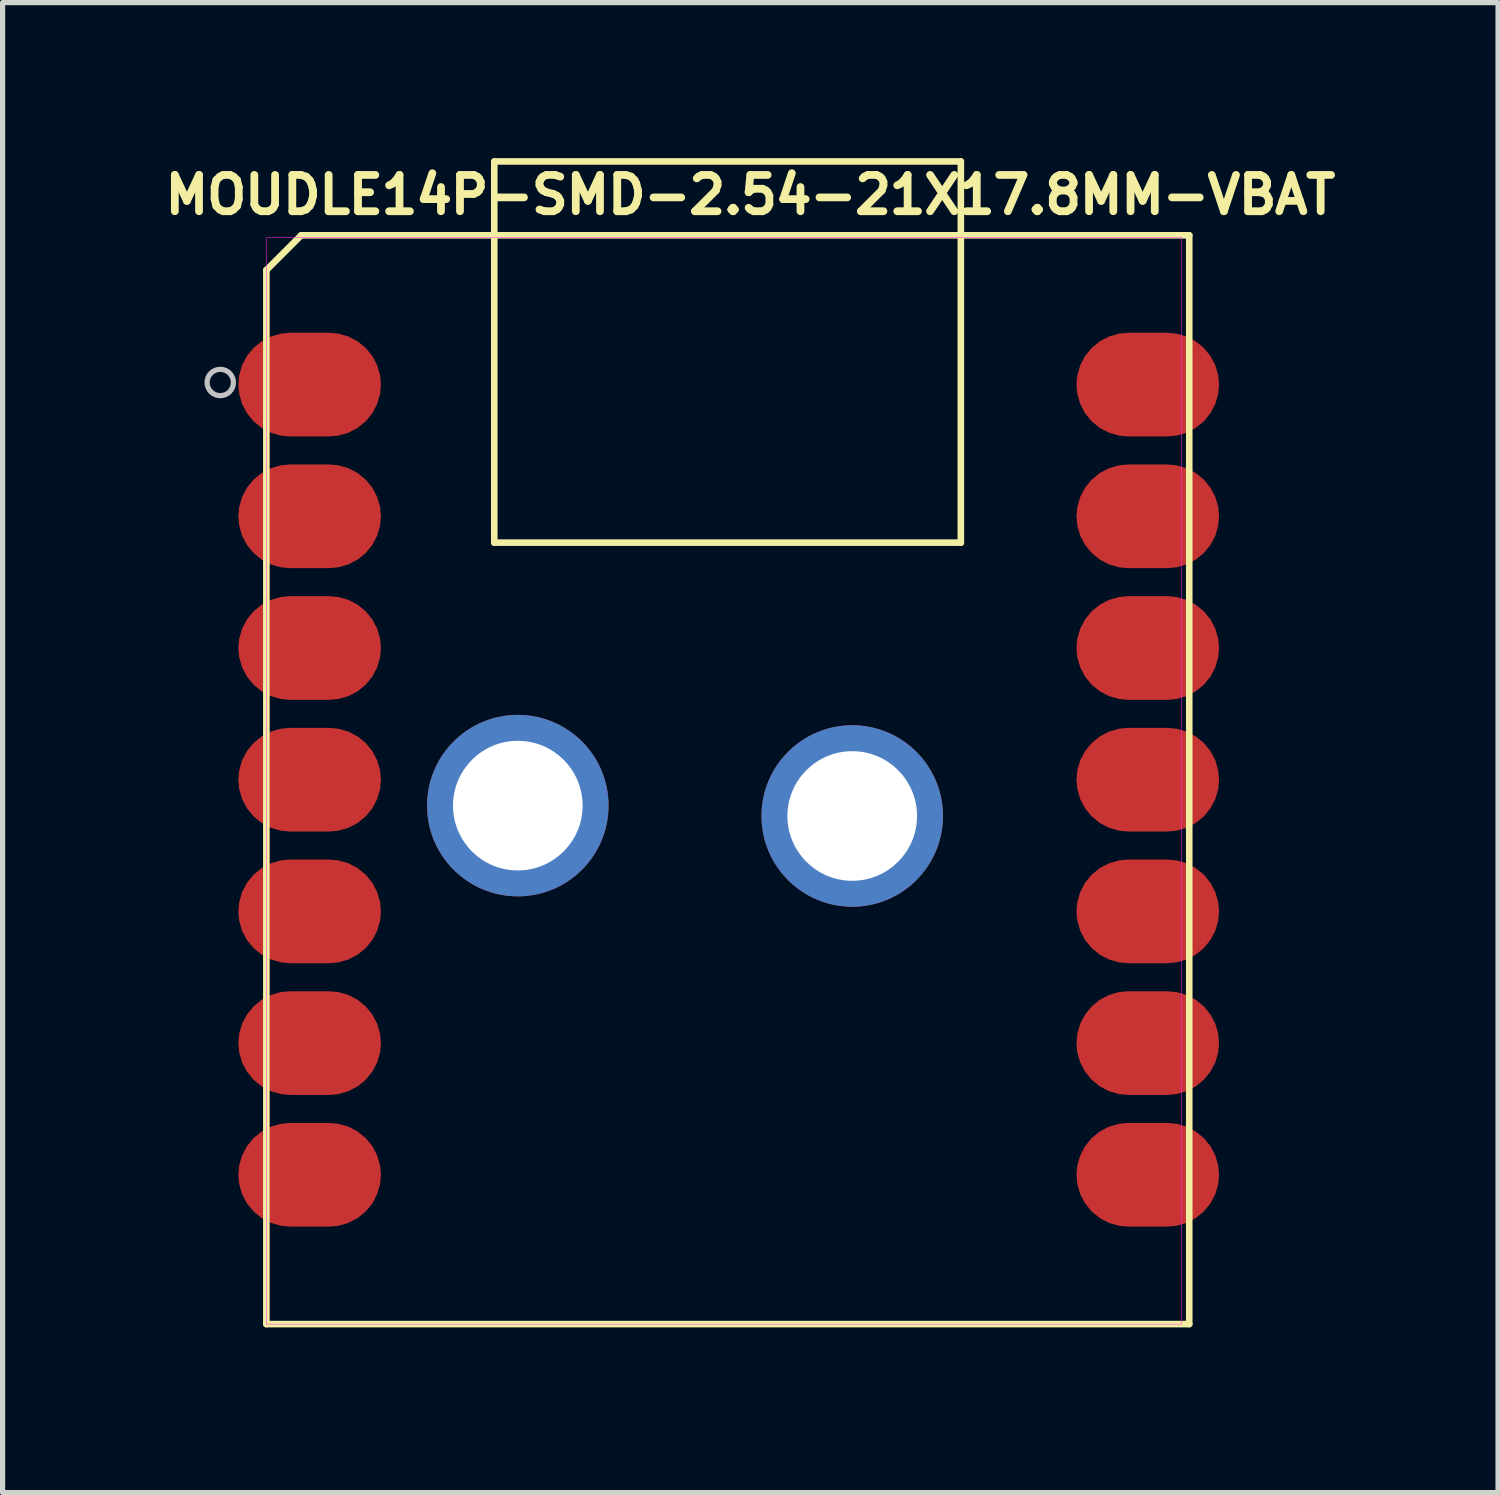
<source format=kicad_pcb>
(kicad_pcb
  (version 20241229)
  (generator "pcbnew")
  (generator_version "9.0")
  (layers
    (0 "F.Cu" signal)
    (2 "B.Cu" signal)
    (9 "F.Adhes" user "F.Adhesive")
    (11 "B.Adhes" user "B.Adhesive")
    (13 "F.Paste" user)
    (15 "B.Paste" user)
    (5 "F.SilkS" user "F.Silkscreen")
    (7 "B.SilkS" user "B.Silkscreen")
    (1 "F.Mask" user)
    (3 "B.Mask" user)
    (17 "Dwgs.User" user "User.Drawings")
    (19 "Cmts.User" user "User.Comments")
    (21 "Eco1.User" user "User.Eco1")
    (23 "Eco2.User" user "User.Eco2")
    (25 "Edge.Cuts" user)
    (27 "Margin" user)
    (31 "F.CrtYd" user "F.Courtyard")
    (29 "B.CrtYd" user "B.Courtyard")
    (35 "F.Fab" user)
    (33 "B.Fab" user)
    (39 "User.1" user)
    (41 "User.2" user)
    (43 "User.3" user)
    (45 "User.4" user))
  (footprint "MOUDLE14P-SMD-2.54-21X17.8MM-VBAT"
    (layer "F.Cu")
    (at 2.087 22.488)
    (property "Reference" "MOUDLE14P-SMD-2.54-21X17.8MM-VBAT" (at 9.335 -21.78 0) (layer "F.SilkS") (effects (font (size 0.7 0.7) (thickness 0.15))))
    (attr through_hole)
    (fp_line (start 0 -20.328) (end 0 0) (stroke (width 0.127) (type solid)) (layer "F.SilkS"))
    (fp_line (start 0 0) (end 17.8 0) (stroke (width 0.127) (type solid)) (layer "F.SilkS"))
    (fp_line (start 0.672 -21) (end 0 -20.328) (stroke (width 0.127) (type solid)) (layer "F.SilkS"))
    (fp_line (start 4.396 -15.072) (end 4.396 -22.425) (stroke (width 0.127) (type solid)) (layer "F.SilkS"))
    (fp_line (start 4.4 -22.424) (end 13.395 -22.424) (stroke (width 0.127) (type solid)) (layer "F.SilkS"))
    (fp_line (start 13.395 -22.424) (end 13.395 -15.072) (stroke (width 0.127) (type solid)) (layer "F.SilkS"))
    (fp_line (start 13.395 -15.072) (end 4.396 -15.072) (stroke (width 0.127) (type solid)) (layer "F.SilkS"))
    (fp_line (start 17.8 -21) (end 0.672 -21) (stroke (width 0.127) (type solid)) (layer "F.SilkS"))
    (fp_line (start 17.8 0) (end 17.8 -21) (stroke (width 0.127) (type solid)) (layer "F.SilkS"))
    (fp_circle (center -0.889 -18.161) (end -0.635 -18.161) (stroke (width 0.1) (type solid)) (fill no) (layer "Dwgs.User"))
    (fp_poly (pts (xy 0 -20.955) (xy 17.653 -20.955) (xy 17.653 0) (xy 0 0)) (stroke (width 0.01) (type solid)) (fill no) (layer "F.CrtYd"))
    (pad "1" smd roundrect (at 0.835 -18.12) (size 2.75 2) (layers "F.Cu" "F.Mask" "F.Paste") (roundrect_rratio 0.5))
    (pad "2" smd roundrect (at 0.835 -15.58) (size 2.75 2) (layers "F.Cu" "F.Mask" "F.Paste") (roundrect_rratio 0.5))
    (pad "3" smd roundrect (at 0.835 -13.04) (size 2.75 2) (layers "F.Cu" "F.Mask" "F.Paste") (roundrect_rratio 0.5))
    (pad "4" smd roundrect (at 0.835 -10.5) (size 2.75 2) (layers "F.Cu" "F.Mask" "F.Paste") (roundrect_rratio 0.5))
    (pad "5" smd roundrect (at 0.835 -7.96) (size 2.75 2) (layers "F.Cu" "F.Mask" "F.Paste") (roundrect_rratio 0.5))
    (pad "6" smd roundrect (at 0.835 -5.42) (size 2.75 2) (layers "F.Cu" "F.Mask" "F.Paste") (roundrect_rratio 0.5))
    (pad "7" smd roundrect (at 0.835 -2.88) (size 2.75 2) (layers "F.Cu" "F.Mask" "F.Paste") (roundrect_rratio 0.5))
    (pad "8" smd roundrect (at 17 -2.88) (size 2.75 2) (layers "F.Cu" "F.Mask" "F.Paste") (roundrect_rratio 0.5))
    (pad "9" smd roundrect (at 17 -5.42) (size 2.75 2) (layers "F.Cu" "F.Mask" "F.Paste") (roundrect_rratio 0.5))
    (pad "10" smd roundrect (at 17 -7.96) (size 2.75 2) (layers "F.Cu" "F.Mask" "F.Paste") (roundrect_rratio 0.5))
    (pad "11" smd roundrect (at 17 -10.5) (size 2.75 2) (layers "F.Cu" "F.Mask" "F.Paste") (roundrect_rratio 0.5))
    (pad "12" smd roundrect (at 17 -13.04) (size 2.75 2) (layers "F.Cu" "F.Mask" "F.Paste") (roundrect_rratio 0.5))
    (pad "13" thru_hole circle (at 11.3 -9.8) (size 3.5 3.5) (drill 2.5) (layers "*.Cu" "*.Mask"))
    (pad "13" smd roundrect (at 17 -15.58) (size 2.75 2) (layers "F.Cu" "F.Mask" "F.Paste") (roundrect_rratio 0.5))
    (pad "14" smd roundrect (at 17 -18.12) (size 2.75 2) (layers "F.Cu" "F.Mask" "F.Paste") (roundrect_rratio 0.5))
    (pad "15" thru_hole circle (at 4.85 -10) (size 3.5 3.5) (drill 2.5) (layers "*.Cu" "*.Mask"))
    (zone (net_name "") (layer "F.Cu") (hatch full 0.508) (connect_pads) (min_thickness 0.01) (filled_areas_thickness no) (keepout (tracks not_allowed) (vias not_allowed) (pads not_allowed) (copperpour not_allowed) (footprints allowed)) (placement (enabled no)) (fill) (polygon (pts (xy 5.072 9.725) (xy 7.993 9.725) (xy 7.993 11.757) (xy 5.072 11.757))))
    (zone (net_name "") (layer "F.Cu") (hatch full 0.508) (connect_pads) (min_thickness 0.01) (filled_areas_thickness no) (keepout (tracks not_allowed) (vias not_allowed) (pads not_allowed) (copperpour not_allowed) (footprints allowed)) (placement (enabled no)) (fill) (polygon (pts (xy 5.77 1.407) (xy 7.548 1.407) (xy 7.548 4.074) (xy 5.77 4.074))))
    (zone (net_name "") (layer "F.Cu") (hatch full 0.508) (connect_pads) (min_thickness 0.01) (filled_areas_thickness no) (keepout (tracks not_allowed) (vias not_allowed) (pads not_allowed) (copperpour not_allowed) (footprints allowed)) (placement (enabled no)) (fill) (polygon (pts (xy 5.77 5.471) (xy 7.548 5.471) (xy 7.548 8.137) (xy 5.77 8.137))))
    (zone (net_name "") (layer "F.Cu") (hatch full 0.508) (connect_pads) (min_thickness 0.01) (filled_areas_thickness no) (keepout (tracks not_allowed) (vias not_allowed) (pads not_allowed) (copperpour not_allowed) (footprints allowed)) (placement (enabled no)) (fill) (polygon (pts (xy 8.437 2.168) (xy 13.644 2.168) (xy 13.644 9.153) (xy 8.437 9.153))))
    (zone (net_name "") (layer "F.Cu") (hatch full 0.508) (connect_pads) (min_thickness 0.01) (filled_areas_thickness no) (keepout (tracks not_allowed) (vias not_allowed) (pads not_allowed) (copperpour not_allowed) (footprints allowed)) (placement (enabled no)) (fill) (polygon (pts (xy 8.437 19.314) (xy 14.152 19.314) (xy 14.152 21.854) (xy 8.437 21.854))))
    (zone (net_name "") (layer "F.Cu") (hatch full 0.508) (connect_pads) (min_thickness 0.01) (filled_areas_thickness no) (keepout (tracks not_allowed) (vias not_allowed) (pads not_allowed) (copperpour not_allowed) (footprints allowed)) (placement (enabled no)) (fill) (polygon (pts (xy 12.187 11.489) (xy 14.587 11.489) (xy 14.587 13.889) (xy 12.187 13.889))))
    (zone (net_name "") (layer "F.Cu") (hatch full 0.508) (connect_pads) (min_thickness 0.01) (filled_areas_thickness no) (keepout (tracks not_allowed) (vias not_allowed) (pads not_allowed) (copperpour not_allowed) (footprints allowed)) (placement (enabled no)) (fill) (polygon (pts (xy 14.406 1.407) (xy 16.184 1.407) (xy 16.184 4.074) (xy 14.406 4.074))))
    (zone (net_name "") (layer "F.Cu") (hatch full 0.508) (connect_pads) (min_thickness 0.01) (filled_areas_thickness no) (keepout (tracks not_allowed) (vias not_allowed) (pads not_allowed) (copperpour not_allowed) (footprints allowed)) (placement (enabled no)) (fill) (polygon (pts (xy 14.406 5.471) (xy 16.184 5.471) (xy 16.184 8.137) (xy 14.406 8.137)))))
  (gr_rect
    (start -3 -3)
    (end 25.843 25.738)
    (stroke (width 0.1) (type default))
    (fill no)
    (layer "Edge.Cuts")))
</source>
